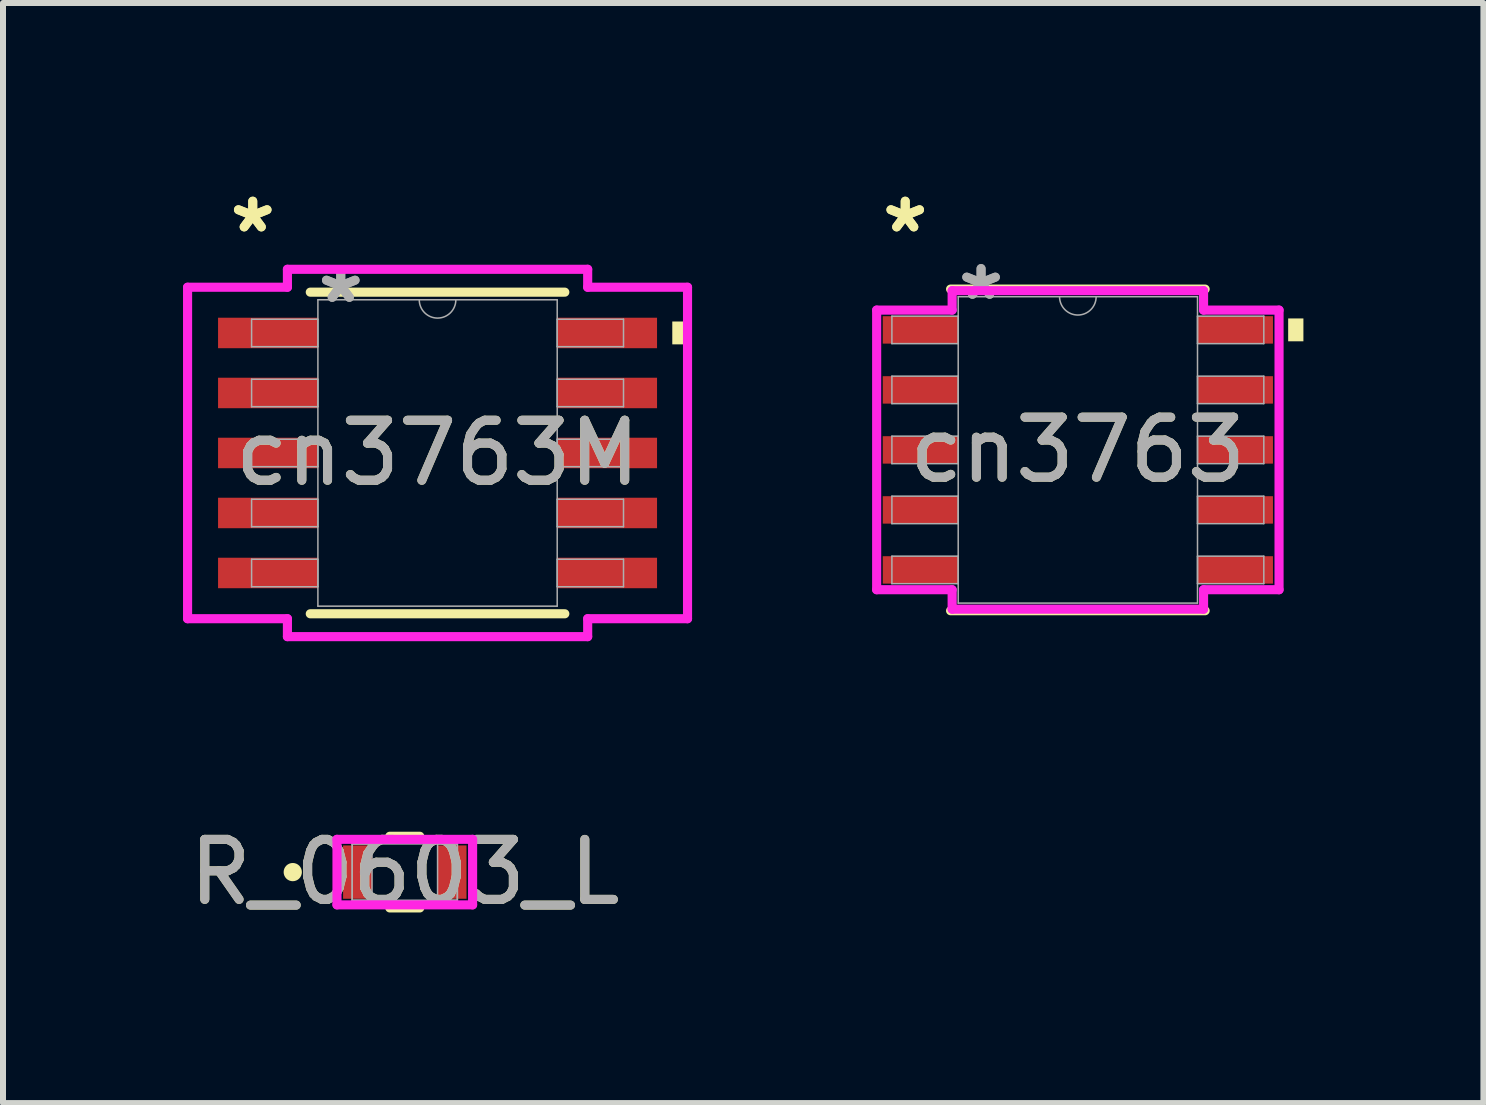
<source format=kicad_pcb>
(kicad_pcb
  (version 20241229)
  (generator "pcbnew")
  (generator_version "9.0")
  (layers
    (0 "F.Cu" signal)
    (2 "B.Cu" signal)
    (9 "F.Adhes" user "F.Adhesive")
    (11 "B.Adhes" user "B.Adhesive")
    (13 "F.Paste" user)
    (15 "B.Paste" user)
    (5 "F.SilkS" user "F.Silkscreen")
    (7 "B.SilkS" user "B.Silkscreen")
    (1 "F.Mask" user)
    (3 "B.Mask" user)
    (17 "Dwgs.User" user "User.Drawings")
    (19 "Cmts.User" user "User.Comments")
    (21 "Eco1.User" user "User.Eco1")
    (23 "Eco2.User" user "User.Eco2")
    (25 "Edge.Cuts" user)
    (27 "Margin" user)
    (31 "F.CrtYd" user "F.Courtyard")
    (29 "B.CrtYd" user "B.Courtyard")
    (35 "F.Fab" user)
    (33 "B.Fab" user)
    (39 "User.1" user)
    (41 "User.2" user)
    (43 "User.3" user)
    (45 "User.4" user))
  (footprint "R_0603_L"
    (layer "F.Cu")
    (at 3.696 11.484)
    (property "Reference" "R_0603_L" (at 0 0 0) (unlocked yes) (layer "F.SilkS") (effects (font (size 1 1) (thickness 0.15))))
    (attr smd)
    (fp_line (start -0.25 0.597) (end 0.25 0.597) (stroke (width 0.152) (type solid)) (layer "F.SilkS"))
    (fp_line (start 0.25 -0.597) (end -0.25 -0.597) (stroke (width 0.152) (type solid)) (layer "F.SilkS"))
    (fp_circle (center -1.867 0) (end -1.791 0) (stroke (width 0.152) (type solid)) (fill no) (layer "F.SilkS"))
    (fp_line (start -1.13 -0.546) (end 1.13 -0.546) (stroke (width 0.152) (type solid)) (layer "F.CrtYd"))
    (fp_line (start -1.13 0.546) (end -1.13 -0.546) (stroke (width 0.152) (type solid)) (layer "F.CrtYd"))
    (fp_line (start 1.13 -0.546) (end 1.13 0.546) (stroke (width 0.152) (type solid)) (layer "F.CrtYd"))
    (fp_line (start 1.13 0.546) (end -1.13 0.546) (stroke (width 0.152) (type solid)) (layer "F.CrtYd"))
    (fp_line (start -0.876 -0.47) (end -0.876 0.47) (stroke (width 0.025) (type solid)) (layer "F.Fab"))
    (fp_line (start -0.876 -0.47) (end -0.876 0.47) (stroke (width 0.025) (type solid)) (layer "F.Fab"))
    (fp_line (start -0.876 0.47) (end -0.546 0.47) (stroke (width 0.025) (type solid)) (layer "F.Fab"))
    (fp_line (start -0.876 0.47) (end 0.876 0.47) (stroke (width 0.025) (type solid)) (layer "F.Fab"))
    (fp_line (start -0.546 -0.47) (end -0.876 -0.47) (stroke (width 0.025) (type solid)) (layer "F.Fab"))
    (fp_line (start -0.546 0.47) (end -0.546 -0.47) (stroke (width 0.025) (type solid)) (layer "F.Fab"))
    (fp_line (start 0.546 -0.47) (end 0.546 0.47) (stroke (width 0.025) (type solid)) (layer "F.Fab"))
    (fp_line (start 0.546 0.47) (end 0.876 0.47) (stroke (width 0.025) (type solid)) (layer "F.Fab"))
    (fp_line (start 0.876 -0.47) (end -0.876 -0.47) (stroke (width 0.025) (type solid)) (layer "F.Fab"))
    (fp_line (start 0.876 -0.47) (end 0.546 -0.47) (stroke (width 0.025) (type solid)) (layer "F.Fab"))
    (fp_line (start 0.876 0.47) (end 0.876 -0.47) (stroke (width 0.025) (type solid)) (layer "F.Fab"))
    (fp_line (start 0.876 0.47) (end 0.876 -0.47) (stroke (width 0.025) (type solid)) (layer "F.Fab"))
    (fp_circle (center -0.66 0) (end -0.584 0) (stroke (width 0.025) (type solid)) (fill no) (layer "F.Fab"))
    (fp_text user "${REFERENCE}" (at 0 0 0) (unlocked yes) (layer "F.Fab") (effects (font (size 1 1) (thickness 0.15))))
    (pad "1" smd rect (at -0.787 0) (size 0.483 0.889) (layers "F.Cu" "F.Mask" "F.Paste"))
    (pad "2" smd rect (at 0.787 0) (size 0.483 0.889) (layers "F.Cu" "F.Mask" "F.Paste"))
    (zone (net_name "") (layer "F.Cu") (hatch full 0.508) (connect_pads) (min_thickness 0.254) (filled_areas_thickness no) (keepout (tracks not_allowed) (vias not_allowed) (pads allowed) (copperpour not_allowed) (footprints allowed)) (placement (enabled no)) (fill) (polygon (pts (xy 3.201 11.065) (xy 4.192 11.065) (xy 4.192 11.903) (xy 3.201 11.903)))))
  (footprint "cn3763M"
    (layer "F.Cu")
    (at 4.242 4.499)
    (property "Reference" "cn3763M" (at 0 0 0) (unlocked yes) (layer "F.SilkS") (effects (font (size 1 1) (thickness 0.15))))
    (attr smd)
    (fp_line (start -2.121 2.68) (end 2.121 2.68) (stroke (width 0.152) (type solid)) (layer "F.SilkS"))
    (fp_line (start 2.121 -2.68) (end -2.121 -2.68) (stroke (width 0.152) (type solid)) (layer "F.SilkS"))
    (fp_poly (pts (xy 4.166 -2.191) (xy 4.166 -1.81) (xy 3.912 -1.81) (xy 3.912 -2.191)) (stroke (width 0) (type solid)) (fill yes) (layer "F.SilkS"))
    (fp_line (start -4.166 -2.762) (end -2.502 -2.762) (stroke (width 0.152) (type solid)) (layer "F.CrtYd"))
    (fp_line (start -4.166 2.762) (end -4.166 -2.762) (stroke (width 0.152) (type solid)) (layer "F.CrtYd"))
    (fp_line (start -4.166 2.762) (end -2.502 2.762) (stroke (width 0.152) (type solid)) (layer "F.CrtYd"))
    (fp_line (start -2.502 -3.061) (end 2.502 -3.061) (stroke (width 0.152) (type solid)) (layer "F.CrtYd"))
    (fp_line (start -2.502 -2.762) (end -2.502 -3.061) (stroke (width 0.152) (type solid)) (layer "F.CrtYd"))
    (fp_line (start -2.502 3.061) (end -2.502 2.762) (stroke (width 0.152) (type solid)) (layer "F.CrtYd"))
    (fp_line (start 2.502 -3.061) (end 2.502 -2.762) (stroke (width 0.152) (type solid)) (layer "F.CrtYd"))
    (fp_line (start 2.502 2.762) (end 2.502 3.061) (stroke (width 0.152) (type solid)) (layer "F.CrtYd"))
    (fp_line (start 2.502 3.061) (end -2.502 3.061) (stroke (width 0.152) (type solid)) (layer "F.CrtYd"))
    (fp_line (start 4.166 -2.762) (end 2.502 -2.762) (stroke (width 0.152) (type solid)) (layer "F.CrtYd"))
    (fp_line (start 4.166 -2.762) (end 4.166 2.762) (stroke (width 0.152) (type solid)) (layer "F.CrtYd"))
    (fp_line (start 4.166 2.762) (end 2.502 2.762) (stroke (width 0.152) (type solid)) (layer "F.CrtYd"))
    (fp_line (start -3.099 -2.229) (end -3.099 -1.771) (stroke (width 0.025) (type solid)) (layer "F.Fab"))
    (fp_line (start -3.099 -1.771) (end -1.994 -1.771) (stroke (width 0.025) (type solid)) (layer "F.Fab"))
    (fp_line (start -3.099 -1.229) (end -3.099 -0.771) (stroke (width 0.025) (type solid)) (layer "F.Fab"))
    (fp_line (start -3.099 -0.771) (end -1.994 -0.771) (stroke (width 0.025) (type solid)) (layer "F.Fab"))
    (fp_line (start -3.099 -0.229) (end -3.099 0.229) (stroke (width 0.025) (type solid)) (layer "F.Fab"))
    (fp_line (start -3.099 0.229) (end -1.994 0.229) (stroke (width 0.025) (type solid)) (layer "F.Fab"))
    (fp_line (start -3.099 0.771) (end -3.099 1.229) (stroke (width 0.025) (type solid)) (layer "F.Fab"))
    (fp_line (start -3.099 1.229) (end -1.994 1.229) (stroke (width 0.025) (type solid)) (layer "F.Fab"))
    (fp_line (start -3.099 1.771) (end -3.099 2.229) (stroke (width 0.025) (type solid)) (layer "F.Fab"))
    (fp_line (start -3.099 2.229) (end -1.994 2.229) (stroke (width 0.025) (type solid)) (layer "F.Fab"))
    (fp_line (start -1.994 -2.553) (end -1.994 2.553) (stroke (width 0.025) (type solid)) (layer "F.Fab"))
    (fp_line (start -1.994 -2.229) (end -3.099 -2.229) (stroke (width 0.025) (type solid)) (layer "F.Fab"))
    (fp_line (start -1.994 -1.771) (end -1.994 -2.229) (stroke (width 0.025) (type solid)) (layer "F.Fab"))
    (fp_line (start -1.994 -1.229) (end -3.099 -1.229) (stroke (width 0.025) (type solid)) (layer "F.Fab"))
    (fp_line (start -1.994 -0.771) (end -1.994 -1.229) (stroke (width 0.025) (type solid)) (layer "F.Fab"))
    (fp_line (start -1.994 -0.229) (end -3.099 -0.229) (stroke (width 0.025) (type solid)) (layer "F.Fab"))
    (fp_line (start -1.994 0.229) (end -1.994 -0.229) (stroke (width 0.025) (type solid)) (layer "F.Fab"))
    (fp_line (start -1.994 0.771) (end -3.099 0.771) (stroke (width 0.025) (type solid)) (layer "F.Fab"))
    (fp_line (start -1.994 1.229) (end -1.994 0.771) (stroke (width 0.025) (type solid)) (layer "F.Fab"))
    (fp_line (start -1.994 1.771) (end -3.099 1.771) (stroke (width 0.025) (type solid)) (layer "F.Fab"))
    (fp_line (start -1.994 2.229) (end -1.994 1.771) (stroke (width 0.025) (type solid)) (layer "F.Fab"))
    (fp_line (start -1.994 2.553) (end 1.994 2.553) (stroke (width 0.025) (type solid)) (layer "F.Fab"))
    (fp_line (start 1.994 -2.553) (end -1.994 -2.553) (stroke (width 0.025) (type solid)) (layer "F.Fab"))
    (fp_line (start 1.994 -2.229) (end 1.994 -1.771) (stroke (width 0.025) (type solid)) (layer "F.Fab"))
    (fp_line (start 1.994 -1.771) (end 3.099 -1.771) (stroke (width 0.025) (type solid)) (layer "F.Fab"))
    (fp_line (start 1.994 -1.229) (end 1.994 -0.771) (stroke (width 0.025) (type solid)) (layer "F.Fab"))
    (fp_line (start 1.994 -0.771) (end 3.099 -0.771) (stroke (width 0.025) (type solid)) (layer "F.Fab"))
    (fp_line (start 1.994 -0.229) (end 1.994 0.229) (stroke (width 0.025) (type solid)) (layer "F.Fab"))
    (fp_line (start 1.994 0.229) (end 3.099 0.229) (stroke (width 0.025) (type solid)) (layer "F.Fab"))
    (fp_line (start 1.994 0.771) (end 1.994 1.229) (stroke (width 0.025) (type solid)) (layer "F.Fab"))
    (fp_line (start 1.994 1.229) (end 3.099 1.229) (stroke (width 0.025) (type solid)) (layer "F.Fab"))
    (fp_line (start 1.994 1.771) (end 1.994 2.229) (stroke (width 0.025) (type solid)) (layer "F.Fab"))
    (fp_line (start 1.994 2.229) (end 3.099 2.229) (stroke (width 0.025) (type solid)) (layer "F.Fab"))
    (fp_line (start 1.994 2.553) (end 1.994 -2.553) (stroke (width 0.025) (type solid)) (layer "F.Fab"))
    (fp_line (start 3.099 -2.229) (end 1.994 -2.229) (stroke (width 0.025) (type solid)) (layer "F.Fab"))
    (fp_line (start 3.099 -1.771) (end 3.099 -2.229) (stroke (width 0.025) (type solid)) (layer "F.Fab"))
    (fp_line (start 3.099 -1.229) (end 1.994 -1.229) (stroke (width 0.025) (type solid)) (layer "F.Fab"))
    (fp_line (start 3.099 -0.771) (end 3.099 -1.229) (stroke (width 0.025) (type solid)) (layer "F.Fab"))
    (fp_line (start 3.099 -0.229) (end 1.994 -0.229) (stroke (width 0.025) (type solid)) (layer "F.Fab"))
    (fp_line (start 3.099 0.229) (end 3.099 -0.229) (stroke (width 0.025) (type solid)) (layer "F.Fab"))
    (fp_line (start 3.099 0.771) (end 1.994 0.771) (stroke (width 0.025) (type solid)) (layer "F.Fab"))
    (fp_line (start 3.099 1.229) (end 3.099 0.771) (stroke (width 0.025) (type solid)) (layer "F.Fab"))
    (fp_line (start 3.099 1.771) (end 1.994 1.771) (stroke (width 0.025) (type solid)) (layer "F.Fab"))
    (fp_line (start 3.099 2.229) (end 3.099 1.771) (stroke (width 0.025) (type solid)) (layer "F.Fab"))
    (fp_arc (start 0.3048 -2.5527) (mid 0 -2.2479) (end -0.3048 -2.5527) (stroke (width 0.0254) (type solid)) (layer "F.Fab"))
    (fp_text user "*" (at -3.08 -3.651 0) (layer "F.SilkS") (effects (font (size 1 1) (thickness 0.15))))
    (fp_text user "*" (at -3.08 -3.651 0) (unlocked yes) (layer "F.SilkS") (effects (font (size 1 1) (thickness 0.15))))
    (fp_text user "*" (at -1.613 -2.477 0) (layer "F.Fab") (effects (font (size 1 1) (thickness 0.15))))
    (fp_text user "${REFERENCE}" (at 0 0 0) (unlocked yes) (layer "F.Fab") (effects (font (size 1 1) (thickness 0.15))))
    (fp_text user "*" (at -1.613 -2.477 0) (unlocked yes) (layer "F.Fab") (effects (font (size 1 1) (thickness 0.15))))
    (pad "1" smd rect (at -2.826 -2) (size 1.664 0.508) (layers "F.Cu" "F.Mask" "F.Paste"))
    (pad "2" smd rect (at -2.826 -1) (size 1.664 0.508) (layers "F.Cu" "F.Mask" "F.Paste"))
    (pad "3" smd rect (at -2.826 0) (size 1.664 0.508) (layers "F.Cu" "F.Mask" "F.Paste"))
    (pad "4" smd rect (at -2.826 1) (size 1.664 0.508) (layers "F.Cu" "F.Mask" "F.Paste"))
    (pad "5" smd rect (at -2.826 2) (size 1.664 0.508) (layers "F.Cu" "F.Mask" "F.Paste"))
    (pad "6" smd rect (at 2.826 2) (size 1.664 0.508) (layers "F.Cu" "F.Mask" "F.Paste"))
    (pad "7" smd rect (at 2.826 1) (size 1.664 0.508) (layers "F.Cu" "F.Mask" "F.Paste"))
    (pad "8" smd rect (at 2.826 0) (size 1.664 0.508) (layers "F.Cu" "F.Mask" "F.Paste"))
    (pad "9" smd rect (at 2.826 -1) (size 1.664 0.508) (layers "F.Cu" "F.Mask" "F.Paste"))
    (pad "10" smd rect (at 2.826 -2) (size 1.664 0.508) (layers "F.Cu" "F.Mask" "F.Paste")))
  (footprint "cn3763"
    (layer "F.Cu")
    (at 14.913 4.448)
    (property "Reference" "cn3763" (at 0 0 0) (unlocked yes) (layer "F.SilkS") (effects (font (size 1 1) (thickness 0.15))))
    (attr smd)
    (fp_line (start -2.121 2.68) (end 2.121 2.68) (stroke (width 0.152) (type solid)) (layer "F.SilkS"))
    (fp_line (start 2.121 -2.68) (end -2.121 -2.68) (stroke (width 0.152) (type solid)) (layer "F.SilkS"))
    (fp_poly (pts (xy 3.759 -2.191) (xy 3.759 -1.81) (xy 3.505 -1.81) (xy 3.505 -2.191)) (stroke (width 0) (type solid)) (fill yes) (layer "F.SilkS"))
    (fp_line (start -3.353 -2.33) (end -2.095 -2.33) (stroke (width 0.152) (type solid)) (layer "F.CrtYd"))
    (fp_line (start -3.353 2.33) (end -3.353 -2.33) (stroke (width 0.152) (type solid)) (layer "F.CrtYd"))
    (fp_line (start -3.353 2.33) (end -2.095 2.33) (stroke (width 0.152) (type solid)) (layer "F.CrtYd"))
    (fp_line (start -2.095 -2.654) (end 2.095 -2.654) (stroke (width 0.152) (type solid)) (layer "F.CrtYd"))
    (fp_line (start -2.095 -2.33) (end -2.095 -2.654) (stroke (width 0.152) (type solid)) (layer "F.CrtYd"))
    (fp_line (start -2.095 2.654) (end -2.095 2.33) (stroke (width 0.152) (type solid)) (layer "F.CrtYd"))
    (fp_line (start 2.095 -2.654) (end 2.095 -2.33) (stroke (width 0.152) (type solid)) (layer "F.CrtYd"))
    (fp_line (start 2.095 2.33) (end 2.095 2.654) (stroke (width 0.152) (type solid)) (layer "F.CrtYd"))
    (fp_line (start 2.095 2.654) (end -2.095 2.654) (stroke (width 0.152) (type solid)) (layer "F.CrtYd"))
    (fp_line (start 3.353 -2.33) (end 2.095 -2.33) (stroke (width 0.152) (type solid)) (layer "F.CrtYd"))
    (fp_line (start 3.353 -2.33) (end 3.353 2.33) (stroke (width 0.152) (type solid)) (layer "F.CrtYd"))
    (fp_line (start 3.353 2.33) (end 2.095 2.33) (stroke (width 0.152) (type solid)) (layer "F.CrtYd"))
    (fp_line (start -3.099 -2.229) (end -3.099 -1.771) (stroke (width 0.025) (type solid)) (layer "F.Fab"))
    (fp_line (start -3.099 -1.771) (end -1.994 -1.771) (stroke (width 0.025) (type solid)) (layer "F.Fab"))
    (fp_line (start -3.099 -1.229) (end -3.099 -0.771) (stroke (width 0.025) (type solid)) (layer "F.Fab"))
    (fp_line (start -3.099 -0.771) (end -1.994 -0.771) (stroke (width 0.025) (type solid)) (layer "F.Fab"))
    (fp_line (start -3.099 -0.229) (end -3.099 0.229) (stroke (width 0.025) (type solid)) (layer "F.Fab"))
    (fp_line (start -3.099 0.229) (end -1.994 0.229) (stroke (width 0.025) (type solid)) (layer "F.Fab"))
    (fp_line (start -3.099 0.771) (end -3.099 1.229) (stroke (width 0.025) (type solid)) (layer "F.Fab"))
    (fp_line (start -3.099 1.229) (end -1.994 1.229) (stroke (width 0.025) (type solid)) (layer "F.Fab"))
    (fp_line (start -3.099 1.771) (end -3.099 2.229) (stroke (width 0.025) (type solid)) (layer "F.Fab"))
    (fp_line (start -3.099 2.229) (end -1.994 2.229) (stroke (width 0.025) (type solid)) (layer "F.Fab"))
    (fp_line (start -1.994 -2.553) (end -1.994 2.553) (stroke (width 0.025) (type solid)) (layer "F.Fab"))
    (fp_line (start -1.994 -2.229) (end -3.099 -2.229) (stroke (width 0.025) (type solid)) (layer "F.Fab"))
    (fp_line (start -1.994 -1.771) (end -1.994 -2.229) (stroke (width 0.025) (type solid)) (layer "F.Fab"))
    (fp_line (start -1.994 -1.229) (end -3.099 -1.229) (stroke (width 0.025) (type solid)) (layer "F.Fab"))
    (fp_line (start -1.994 -0.771) (end -1.994 -1.229) (stroke (width 0.025) (type solid)) (layer "F.Fab"))
    (fp_line (start -1.994 -0.229) (end -3.099 -0.229) (stroke (width 0.025) (type solid)) (layer "F.Fab"))
    (fp_line (start -1.994 0.229) (end -1.994 -0.229) (stroke (width 0.025) (type solid)) (layer "F.Fab"))
    (fp_line (start -1.994 0.771) (end -3.099 0.771) (stroke (width 0.025) (type solid)) (layer "F.Fab"))
    (fp_line (start -1.994 1.229) (end -1.994 0.771) (stroke (width 0.025) (type solid)) (layer "F.Fab"))
    (fp_line (start -1.994 1.771) (end -3.099 1.771) (stroke (width 0.025) (type solid)) (layer "F.Fab"))
    (fp_line (start -1.994 2.229) (end -1.994 1.771) (stroke (width 0.025) (type solid)) (layer "F.Fab"))
    (fp_line (start -1.994 2.553) (end 1.994 2.553) (stroke (width 0.025) (type solid)) (layer "F.Fab"))
    (fp_line (start 1.994 -2.553) (end -1.994 -2.553) (stroke (width 0.025) (type solid)) (layer "F.Fab"))
    (fp_line (start 1.994 -2.229) (end 1.994 -1.771) (stroke (width 0.025) (type solid)) (layer "F.Fab"))
    (fp_line (start 1.994 -1.771) (end 3.099 -1.771) (stroke (width 0.025) (type solid)) (layer "F.Fab"))
    (fp_line (start 1.994 -1.229) (end 1.994 -0.771) (stroke (width 0.025) (type solid)) (layer "F.Fab"))
    (fp_line (start 1.994 -0.771) (end 3.099 -0.771) (stroke (width 0.025) (type solid)) (layer "F.Fab"))
    (fp_line (start 1.994 -0.229) (end 1.994 0.229) (stroke (width 0.025) (type solid)) (layer "F.Fab"))
    (fp_line (start 1.994 0.229) (end 3.099 0.229) (stroke (width 0.025) (type solid)) (layer "F.Fab"))
    (fp_line (start 1.994 0.771) (end 1.994 1.229) (stroke (width 0.025) (type solid)) (layer "F.Fab"))
    (fp_line (start 1.994 1.229) (end 3.099 1.229) (stroke (width 0.025) (type solid)) (layer "F.Fab"))
    (fp_line (start 1.994 1.771) (end 1.994 2.229) (stroke (width 0.025) (type solid)) (layer "F.Fab"))
    (fp_line (start 1.994 2.229) (end 3.099 2.229) (stroke (width 0.025) (type solid)) (layer "F.Fab"))
    (fp_line (start 1.994 2.553) (end 1.994 -2.553) (stroke (width 0.025) (type solid)) (layer "F.Fab"))
    (fp_line (start 3.099 -2.229) (end 1.994 -2.229) (stroke (width 0.025) (type solid)) (layer "F.Fab"))
    (fp_line (start 3.099 -1.771) (end 3.099 -2.229) (stroke (width 0.025) (type solid)) (layer "F.Fab"))
    (fp_line (start 3.099 -1.229) (end 1.994 -1.229) (stroke (width 0.025) (type solid)) (layer "F.Fab"))
    (fp_line (start 3.099 -0.771) (end 3.099 -1.229) (stroke (width 0.025) (type solid)) (layer "F.Fab"))
    (fp_line (start 3.099 -0.229) (end 1.994 -0.229) (stroke (width 0.025) (type solid)) (layer "F.Fab"))
    (fp_line (start 3.099 0.229) (end 3.099 -0.229) (stroke (width 0.025) (type solid)) (layer "F.Fab"))
    (fp_line (start 3.099 0.771) (end 1.994 0.771) (stroke (width 0.025) (type solid)) (layer "F.Fab"))
    (fp_line (start 3.099 1.229) (end 3.099 0.771) (stroke (width 0.025) (type solid)) (layer "F.Fab"))
    (fp_line (start 3.099 1.771) (end 1.994 1.771) (stroke (width 0.025) (type solid)) (layer "F.Fab"))
    (fp_line (start 3.099 2.229) (end 3.099 1.771) (stroke (width 0.025) (type solid)) (layer "F.Fab"))
    (fp_arc (start 0.3048 -2.5527) (mid 0 -2.2479) (end -0.3048 -2.5527) (stroke (width 0.0254) (type solid)) (layer "F.Fab"))
    (fp_text user "*" (at -2.877 -3.6 0) (layer "F.SilkS") (effects (font (size 1 1) (thickness 0.15))))
    (fp_text user "*" (at -2.877 -3.6 0) (unlocked yes) (layer "F.SilkS") (effects (font (size 1 1) (thickness 0.15))))
    (fp_text user "${REFERENCE}" (at 0 0 0) (unlocked yes) (layer "F.Fab") (effects (font (size 1 1) (thickness 0.15))))
    (fp_text user "*" (at -1.613 -2.477 0) (layer "F.Fab") (effects (font (size 1 1) (thickness 0.15))))
    (fp_text user "*" (at -1.613 -2.477 0) (unlocked yes) (layer "F.Fab") (effects (font (size 1 1) (thickness 0.15))))
    (pad "1" smd rect (at -2.623 -2) (size 1.257 0.457) (layers "F.Cu" "F.Mask" "F.Paste"))
    (pad "2" smd rect (at -2.623 -1) (size 1.257 0.457) (layers "F.Cu" "F.Mask" "F.Paste"))
    (pad "3" smd rect (at -2.623 0) (size 1.257 0.457) (layers "F.Cu" "F.Mask" "F.Paste"))
    (pad "4" smd rect (at -2.623 1) (size 1.257 0.457) (layers "F.Cu" "F.Mask" "F.Paste"))
    (pad "5" smd rect (at -2.623 2) (size 1.257 0.457) (layers "F.Cu" "F.Mask" "F.Paste"))
    (pad "6" smd rect (at 2.623 2) (size 1.257 0.457) (layers "F.Cu" "F.Mask" "F.Paste"))
    (pad "7" smd rect (at 2.623 1) (size 1.257 0.457) (layers "F.Cu" "F.Mask" "F.Paste"))
    (pad "8" smd rect (at 2.623 0) (size 1.257 0.457) (layers "F.Cu" "F.Mask" "F.Paste"))
    (pad "9" smd rect (at 2.623 -1) (size 1.257 0.457) (layers "F.Cu" "F.Mask" "F.Paste"))
    (pad "10" smd rect (at 2.623 -2) (size 1.257 0.457) (layers "F.Cu" "F.Mask" "F.Paste")))
  (gr_rect
    (start -3 -3)
    (end 21.672 15.333)
    (stroke (width 0.1) (type default))
    (fill no)
    (layer "Edge.Cuts")))
</source>
